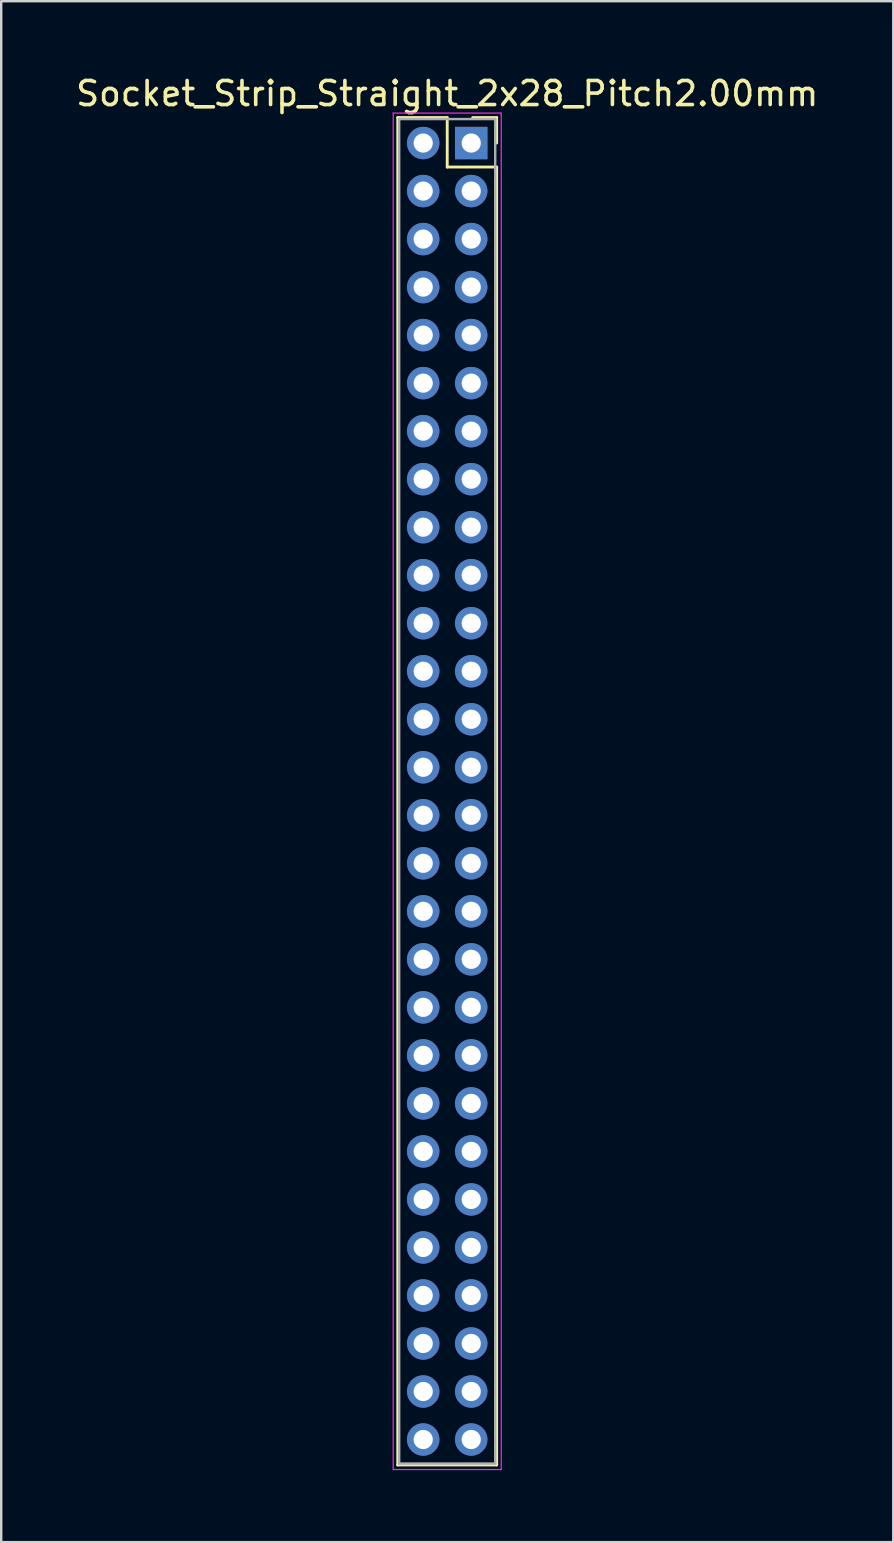
<source format=kicad_pcb>
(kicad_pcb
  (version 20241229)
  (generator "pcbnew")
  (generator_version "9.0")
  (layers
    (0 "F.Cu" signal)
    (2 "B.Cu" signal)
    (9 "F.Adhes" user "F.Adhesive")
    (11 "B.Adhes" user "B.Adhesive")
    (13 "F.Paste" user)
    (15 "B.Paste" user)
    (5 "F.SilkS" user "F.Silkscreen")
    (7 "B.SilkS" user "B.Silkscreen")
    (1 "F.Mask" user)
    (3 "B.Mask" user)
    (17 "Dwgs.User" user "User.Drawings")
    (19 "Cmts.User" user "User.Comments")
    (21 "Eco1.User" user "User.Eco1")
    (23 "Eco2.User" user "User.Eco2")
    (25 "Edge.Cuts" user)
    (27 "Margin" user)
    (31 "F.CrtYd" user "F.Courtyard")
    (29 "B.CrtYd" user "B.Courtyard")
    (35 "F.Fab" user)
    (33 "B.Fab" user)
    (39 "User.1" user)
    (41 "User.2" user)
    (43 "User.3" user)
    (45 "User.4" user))
  (footprint "Socket_Strip_Straight_2x28_Pitch2.00mm"
    (layer "F.Cu")
    (at 16.577 2.908)
    (property "Reference" "Socket_Strip_Straight_2x28_Pitch2.00mm" (at -1 -2.06 0) (layer "F.SilkS") (effects (font (size 1 1) (thickness 0.15))))
    (attr through_hole)
    (fp_line (start -3.06 -1.06) (end -1 -1.06) (stroke (width 0.12) (type solid)) (layer "F.SilkS"))
    (fp_line (start -3.06 55.06) (end -3.06 -1.06) (stroke (width 0.12) (type solid)) (layer "F.SilkS"))
    (fp_line (start -1 -1.06) (end -1 1) (stroke (width 0.12) (type solid)) (layer "F.SilkS"))
    (fp_line (start -1 1) (end 1.06 1) (stroke (width 0.12) (type solid)) (layer "F.SilkS"))
    (fp_line (start 1.06 -1.06) (end 0.06 -1.06) (stroke (width 0.12) (type solid)) (layer "F.SilkS"))
    (fp_line (start 1.06 0) (end 1.06 -1.06) (stroke (width 0.12) (type solid)) (layer "F.SilkS"))
    (fp_line (start 1.06 1) (end 1.06 55.06) (stroke (width 0.12) (type solid)) (layer "F.SilkS"))
    (fp_line (start 1.06 55.06) (end -3.06 55.06) (stroke (width 0.12) (type solid)) (layer "F.SilkS"))
    (fp_line (start -3.25 -1.25) (end -3.25 55.25) (stroke (width 0.05) (type solid)) (layer "F.CrtYd"))
    (fp_line (start -3.25 55.25) (end 1.25 55.25) (stroke (width 0.05) (type solid)) (layer "F.CrtYd"))
    (fp_line (start 1.25 -1.25) (end -3.25 -1.25) (stroke (width 0.05) (type solid)) (layer "F.CrtYd"))
    (fp_line (start 1.25 55.25) (end 1.25 -1.25) (stroke (width 0.05) (type solid)) (layer "F.CrtYd"))
    (fp_line (start -3 -1) (end -3 55) (stroke (width 0.1) (type solid)) (layer "F.Fab"))
    (fp_line (start -3 55) (end 1 55) (stroke (width 0.1) (type solid)) (layer "F.Fab"))
    (fp_line (start 1 -1) (end -3 -1) (stroke (width 0.1) (type solid)) (layer "F.Fab"))
    (fp_line (start 1 55) (end 1 -1) (stroke (width 0.1) (type solid)) (layer "F.Fab"))
    (pad "1" thru_hole rect (at 0 0) (size 1.35 1.35) (drill 0.8) (layers "*.Cu" "*.Mask"))
    (pad "2" thru_hole oval (at -2 0) (size 1.35 1.35) (drill 0.8) (layers "*.Cu" "*.Mask"))
    (pad "3" thru_hole oval (at 0 2) (size 1.35 1.35) (drill 0.8) (layers "*.Cu" "*.Mask"))
    (pad "4" thru_hole oval (at -2 2) (size 1.35 1.35) (drill 0.8) (layers "*.Cu" "*.Mask"))
    (pad "5" thru_hole oval (at 0 4) (size 1.35 1.35) (drill 0.8) (layers "*.Cu" "*.Mask"))
    (pad "6" thru_hole oval (at -2 4) (size 1.35 1.35) (drill 0.8) (layers "*.Cu" "*.Mask"))
    (pad "7" thru_hole oval (at 0 6) (size 1.35 1.35) (drill 0.8) (layers "*.Cu" "*.Mask"))
    (pad "8" thru_hole oval (at -2 6) (size 1.35 1.35) (drill 0.8) (layers "*.Cu" "*.Mask"))
    (pad "9" thru_hole oval (at 0 8) (size 1.35 1.35) (drill 0.8) (layers "*.Cu" "*.Mask"))
    (pad "10" thru_hole oval (at -2 8) (size 1.35 1.35) (drill 0.8) (layers "*.Cu" "*.Mask"))
    (pad "11" thru_hole oval (at 0 10) (size 1.35 1.35) (drill 0.8) (layers "*.Cu" "*.Mask"))
    (pad "12" thru_hole oval (at -2 10) (size 1.35 1.35) (drill 0.8) (layers "*.Cu" "*.Mask"))
    (pad "13" thru_hole oval (at 0 12) (size 1.35 1.35) (drill 0.8) (layers "*.Cu" "*.Mask"))
    (pad "14" thru_hole oval (at -2 12) (size 1.35 1.35) (drill 0.8) (layers "*.Cu" "*.Mask"))
    (pad "15" thru_hole oval (at 0 14) (size 1.35 1.35) (drill 0.8) (layers "*.Cu" "*.Mask"))
    (pad "16" thru_hole oval (at -2 14) (size 1.35 1.35) (drill 0.8) (layers "*.Cu" "*.Mask"))
    (pad "17" thru_hole oval (at 0 16) (size 1.35 1.35) (drill 0.8) (layers "*.Cu" "*.Mask"))
    (pad "18" thru_hole oval (at -2 16) (size 1.35 1.35) (drill 0.8) (layers "*.Cu" "*.Mask"))
    (pad "19" thru_hole oval (at 0 18) (size 1.35 1.35) (drill 0.8) (layers "*.Cu" "*.Mask"))
    (pad "20" thru_hole oval (at -2 18) (size 1.35 1.35) (drill 0.8) (layers "*.Cu" "*.Mask"))
    (pad "21" thru_hole oval (at 0 20) (size 1.35 1.35) (drill 0.8) (layers "*.Cu" "*.Mask"))
    (pad "22" thru_hole oval (at -2 20) (size 1.35 1.35) (drill 0.8) (layers "*.Cu" "*.Mask"))
    (pad "23" thru_hole oval (at 0 22) (size 1.35 1.35) (drill 0.8) (layers "*.Cu" "*.Mask"))
    (pad "24" thru_hole oval (at -2 22) (size 1.35 1.35) (drill 0.8) (layers "*.Cu" "*.Mask"))
    (pad "25" thru_hole oval (at 0 24) (size 1.35 1.35) (drill 0.8) (layers "*.Cu" "*.Mask"))
    (pad "26" thru_hole oval (at -2 24) (size 1.35 1.35) (drill 0.8) (layers "*.Cu" "*.Mask"))
    (pad "27" thru_hole oval (at 0 26) (size 1.35 1.35) (drill 0.8) (layers "*.Cu" "*.Mask"))
    (pad "28" thru_hole oval (at -2 26) (size 1.35 1.35) (drill 0.8) (layers "*.Cu" "*.Mask"))
    (pad "29" thru_hole oval (at 0 28) (size 1.35 1.35) (drill 0.8) (layers "*.Cu" "*.Mask"))
    (pad "30" thru_hole oval (at -2 28) (size 1.35 1.35) (drill 0.8) (layers "*.Cu" "*.Mask"))
    (pad "31" thru_hole oval (at 0 30) (size 1.35 1.35) (drill 0.8) (layers "*.Cu" "*.Mask"))
    (pad "32" thru_hole oval (at -2 30) (size 1.35 1.35) (drill 0.8) (layers "*.Cu" "*.Mask"))
    (pad "33" thru_hole oval (at 0 32) (size 1.35 1.35) (drill 0.8) (layers "*.Cu" "*.Mask"))
    (pad "34" thru_hole oval (at -2 32) (size 1.35 1.35) (drill 0.8) (layers "*.Cu" "*.Mask"))
    (pad "35" thru_hole oval (at 0 34) (size 1.35 1.35) (drill 0.8) (layers "*.Cu" "*.Mask"))
    (pad "36" thru_hole oval (at -2 34) (size 1.35 1.35) (drill 0.8) (layers "*.Cu" "*.Mask"))
    (pad "37" thru_hole oval (at 0 36) (size 1.35 1.35) (drill 0.8) (layers "*.Cu" "*.Mask"))
    (pad "38" thru_hole oval (at -2 36) (size 1.35 1.35) (drill 0.8) (layers "*.Cu" "*.Mask"))
    (pad "39" thru_hole oval (at 0 38) (size 1.35 1.35) (drill 0.8) (layers "*.Cu" "*.Mask"))
    (pad "40" thru_hole oval (at -2 38) (size 1.35 1.35) (drill 0.8) (layers "*.Cu" "*.Mask"))
    (pad "41" thru_hole oval (at 0 40) (size 1.35 1.35) (drill 0.8) (layers "*.Cu" "*.Mask"))
    (pad "42" thru_hole oval (at -2 40) (size 1.35 1.35) (drill 0.8) (layers "*.Cu" "*.Mask"))
    (pad "43" thru_hole oval (at 0 42) (size 1.35 1.35) (drill 0.8) (layers "*.Cu" "*.Mask"))
    (pad "44" thru_hole oval (at -2 42) (size 1.35 1.35) (drill 0.8) (layers "*.Cu" "*.Mask"))
    (pad "45" thru_hole oval (at 0 44) (size 1.35 1.35) (drill 0.8) (layers "*.Cu" "*.Mask"))
    (pad "46" thru_hole oval (at -2 44) (size 1.35 1.35) (drill 0.8) (layers "*.Cu" "*.Mask"))
    (pad "47" thru_hole oval (at 0 46) (size 1.35 1.35) (drill 0.8) (layers "*.Cu" "*.Mask"))
    (pad "48" thru_hole oval (at -2 46) (size 1.35 1.35) (drill 0.8) (layers "*.Cu" "*.Mask"))
    (pad "49" thru_hole oval (at 0 48) (size 1.35 1.35) (drill 0.8) (layers "*.Cu" "*.Mask"))
    (pad "50" thru_hole oval (at -2 48) (size 1.35 1.35) (drill 0.8) (layers "*.Cu" "*.Mask"))
    (pad "51" thru_hole oval (at 0 50) (size 1.35 1.35) (drill 0.8) (layers "*.Cu" "*.Mask"))
    (pad "52" thru_hole oval (at -2 50) (size 1.35 1.35) (drill 0.8) (layers "*.Cu" "*.Mask"))
    (pad "53" thru_hole oval (at 0 52) (size 1.35 1.35) (drill 0.8) (layers "*.Cu" "*.Mask"))
    (pad "54" thru_hole oval (at -2 52) (size 1.35 1.35) (drill 0.8) (layers "*.Cu" "*.Mask"))
    (pad "55" thru_hole oval (at 0 54) (size 1.35 1.35) (drill 0.8) (layers "*.Cu" "*.Mask"))
    (pad "56" thru_hole oval (at -2 54) (size 1.35 1.35) (drill 0.8) (layers "*.Cu" "*.Mask")))
  (gr_rect
    (start -3 -3)
    (end 34.155 61.183)
    (stroke (width 0.1) (type default))
    (fill no)
    (layer "Edge.Cuts")))
</source>
